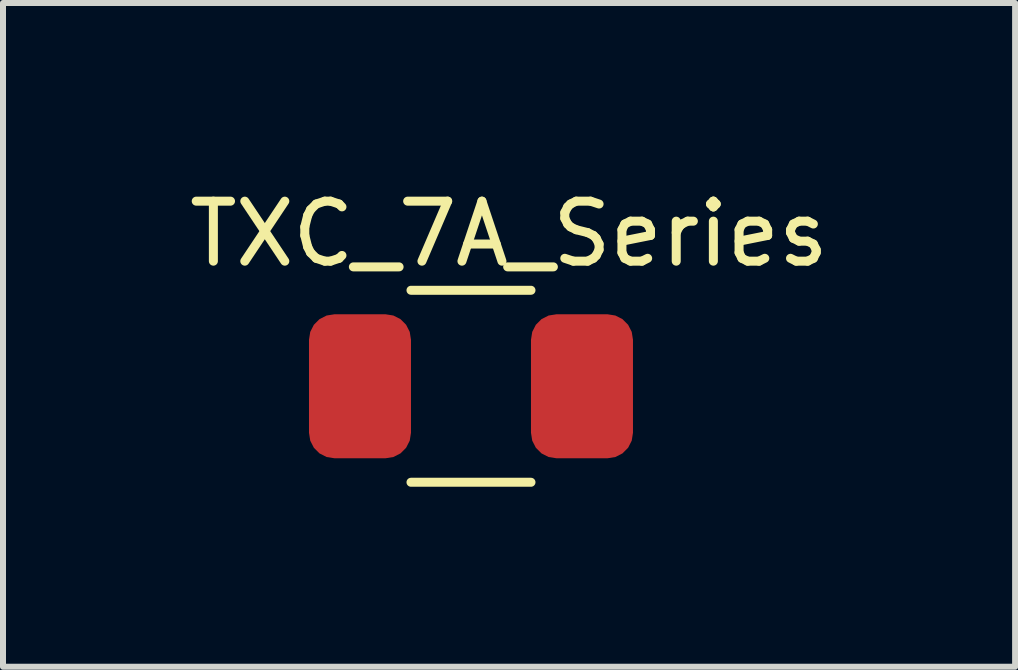
<source format=kicad_pcb>
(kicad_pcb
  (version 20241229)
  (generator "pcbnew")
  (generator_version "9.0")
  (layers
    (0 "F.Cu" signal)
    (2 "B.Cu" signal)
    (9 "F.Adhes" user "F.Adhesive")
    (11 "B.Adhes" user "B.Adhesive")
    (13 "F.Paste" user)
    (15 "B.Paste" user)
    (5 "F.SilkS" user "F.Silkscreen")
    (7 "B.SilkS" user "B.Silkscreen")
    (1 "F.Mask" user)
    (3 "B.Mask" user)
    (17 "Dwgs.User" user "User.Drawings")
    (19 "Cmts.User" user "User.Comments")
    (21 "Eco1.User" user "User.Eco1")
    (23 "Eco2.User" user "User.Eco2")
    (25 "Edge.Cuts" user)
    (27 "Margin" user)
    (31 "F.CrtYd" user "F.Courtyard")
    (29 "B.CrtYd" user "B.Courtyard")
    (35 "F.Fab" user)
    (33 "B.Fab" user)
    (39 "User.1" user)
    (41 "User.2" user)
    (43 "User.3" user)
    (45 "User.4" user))
  (footprint "TXC_7A_Series"
    (layer "F.Cu")
    (at 4.8 3.388)
    (property "Reference" "TXC_7A_Series" (at 0.635 -2.54 0) (layer "F.SilkS") (effects (font (size 1 1) (thickness 0.15))))
    (attr through_hole)
    (fp_line (start -1 -1.6) (end 1 -1.6) (stroke (width 0.15) (type solid)) (layer "F.SilkS"))
    (fp_line (start -1 1.6) (end 1 1.6) (stroke (width 0.15) (type solid)) (layer "F.SilkS"))
    (pad "1" smd roundrect (at 1.85 0) (size 1.7 2.4) (layers "F.Cu" "F.Mask" "F.Paste") (roundrect_rratio 0.25))
    (pad "2" smd roundrect (at -1.85 0) (size 1.7 2.4) (layers "F.Cu" "F.Mask" "F.Paste") (roundrect_rratio 0.25)))
  (gr_rect
    (start -3 -3)
    (end 13.869 8.063)
    (stroke (width 0.1) (type default))
    (fill no)
    (layer "Edge.Cuts")))
</source>
